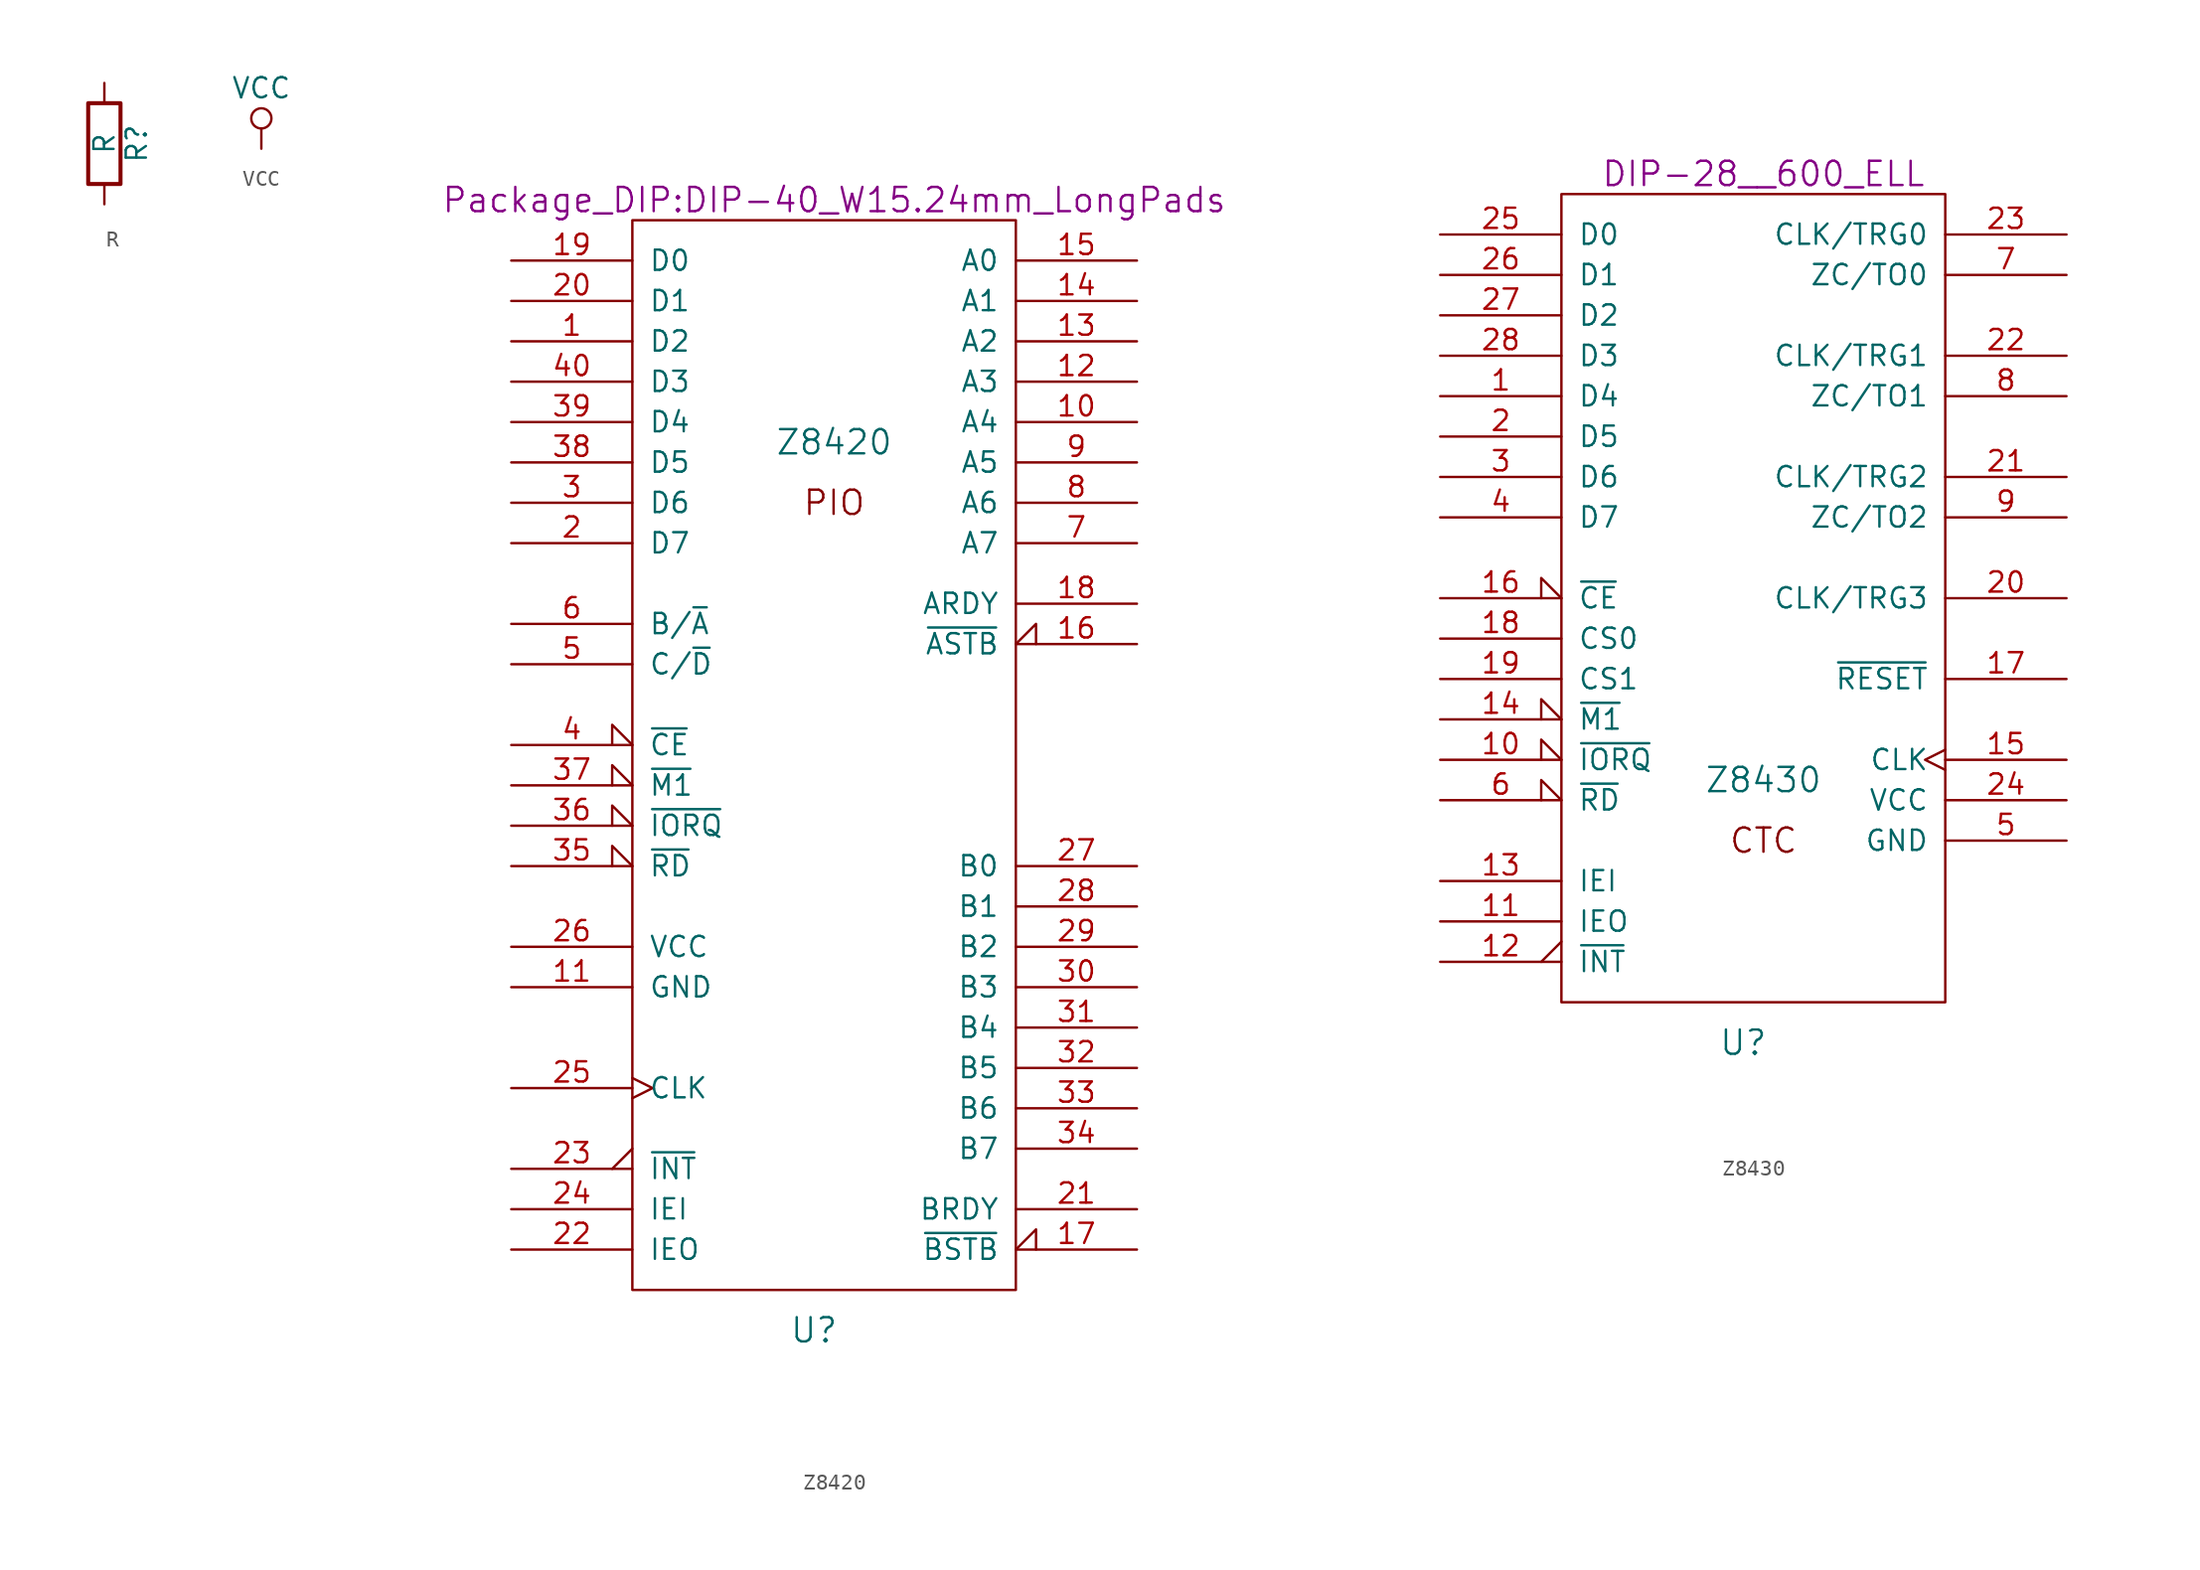
<source format=kicad_sym>
(kicad_symbol_lib
  (version 20241209)
  (generator "kicad_symbol_editor")
  (generator_version "9.0")
  (symbol "R"
    (pin_numbers
      (hide yes))
    (pin_names
      (offset 0))
    (property "Reference" "R"
      (at 2.032 0 90)
      (effects (font (size 1.27 1.27))))
    (property "Value" "R"
      (at 0 0 90)
      (effects (font (size 1.27 1.27))))
    (property "Footprint" ""
      (at -1.778 0 90)
      (effects (font (size 1.27 1.27))))
    (property "Datasheet" ""
      (at 0 0 0)
      (effects (font (size 1.27 1.27))))
    (symbol "R_0_1"
      (rectangle (start -1.016 -2.54) (end 1.016 2.54) (stroke (width 0.254) (type solid)) (fill (type none))))
    (symbol "R_1_1"
      (pin passive line (at 0 3.81 270) (length 1.27) (name "~" (effects (font (size 1.27 1.27)))) (number "1" (effects (font (size 1.27 1.27)))))
      (pin passive line (at 0 -3.81 90) (length 1.27) (name "~" (effects (font (size 1.27 1.27)))) (number "2" (effects (font (size 1.27 1.27)))))))
  (symbol "VCC"
    (power)
    (pin_names
      (offset 0))
    (property "Reference" "#PWR"
      (at 0 -3.81 0)
      (effects (font (size 1.27 1.27)) (hide yes)))
    (property "Value" "VCC"
      (at 0 3.81 0)
      (effects (font (size 1.27 1.27))))
    (property "Footprint" ""
      (at 0 0 0)
      (effects (font (size 1.27 1.27))))
    (property "Datasheet" ""
      (at 0 0 0)
      (effects (font (size 1.27 1.27))))
    (symbol "VCC_0_1"
      (circle (center 0 1.905) (radius 0.635) (stroke (width 0) (type solid)) (fill (type none)))
      (polyline (pts (xy 0 0) (xy 0 1.27)) (stroke (width 0) (type solid)) (fill (type none))))
    (symbol "VCC_1_1"
      (pin power_in line (at 0 0 90) (length 0) (hide yes) (name "VCC" (effects (font (size 1.27 1.27)))) (number "1" (effects (font (size 1.27 1.27)))))))
  (symbol "Z8420"
    (pin_names
      (offset 1.016))
    (property "Reference" "U"
      (at -1.27 -36.83 0)
      (effects (font (size 1.524 1.524))))
    (property "Value" "Z8420"
      (at 0 19.05 0)
      (effects (font (size 1.524 1.524))))
    (property "Footprint" "Package_DIP:DIP-40_W15.24mm_LongPads"
      (at 0 34.29 0)
      (effects (font (size 1.524 1.524))))
    (property "Datasheet" ""
      (at -16.51 15.24 0)
      (effects (font (size 1.524 1.524))))
    (symbol "Z8420_0_0"
      (rectangle (start -12.7 33.02) (end 11.43 -34.29) (stroke (width 0) (type solid)) (fill (type none)))
      (text "PIO" (at 0 15.24 0) (effects (font (size 1.524 1.524)))))
    (symbol "Z8420_1_1"
      (pin bidirectional line (at -20.32 30.48 0) (length 7.62) (name "D0" (effects (font (size 1.27 1.27)))) (number "19" (effects (font (size 1.27 1.27)))))
      (pin bidirectional line (at -20.32 27.94 0) (length 7.62) (name "D1" (effects (font (size 1.27 1.27)))) (number "20" (effects (font (size 1.27 1.27)))))
      (pin bidirectional line (at -20.32 25.4 0) (length 7.62) (name "D2" (effects (font (size 1.27 1.27)))) (number "1" (effects (font (size 1.27 1.27)))))
      (pin bidirectional line (at -20.32 22.86 0) (length 7.62) (name "D3" (effects (font (size 1.27 1.27)))) (number "40" (effects (font (size 1.27 1.27)))))
      (pin bidirectional line (at -20.32 20.32 0) (length 7.62) (name "D4" (effects (font (size 1.27 1.27)))) (number "39" (effects (font (size 1.27 1.27)))))
      (pin bidirectional line (at -20.32 17.78 0) (length 7.62) (name "D5" (effects (font (size 1.27 1.27)))) (number "38" (effects (font (size 1.27 1.27)))))
      (pin bidirectional line (at -20.32 15.24 0) (length 7.62) (name "D6" (effects (font (size 1.27 1.27)))) (number "3" (effects (font (size 1.27 1.27)))))
      (pin bidirectional line (at -20.32 12.7 0) (length 7.62) (name "D7" (effects (font (size 1.27 1.27)))) (number "2" (effects (font (size 1.27 1.27)))))
      (pin input line (at -20.32 7.62 0) (length 7.62) (name "B/~{A}" (effects (font (size 1.27 1.27)))) (number "6" (effects (font (size 1.27 1.27)))))
      (pin input line (at -20.32 5.08 0) (length 7.62) (name "C/~{D}" (effects (font (size 1.27 1.27)))) (number "5" (effects (font (size 1.27 1.27)))))
      (pin input input_low (at -20.32 0 0) (length 7.62) (name "~{CE}" (effects (font (size 1.27 1.27)))) (number "4" (effects (font (size 1.27 1.27)))))
      (pin input input_low (at -20.32 -2.54 0) (length 7.62) (name "~{M1}" (effects (font (size 1.27 1.27)))) (number "37" (effects (font (size 1.27 1.27)))))
      (pin input input_low (at -20.32 -5.08 0) (length 7.62) (name "~{IORQ}" (effects (font (size 1.27 1.27)))) (number "36" (effects (font (size 1.27 1.27)))))
      (pin input input_low (at -20.32 -7.62 0) (length 7.62) (name "~{RD}" (effects (font (size 1.27 1.27)))) (number "35" (effects (font (size 1.27 1.27)))))
      (pin power_in line (at -20.32 -12.7 0) (length 7.62) (name "VCC" (effects (font (size 1.27 1.27)))) (number "26" (effects (font (size 1.27 1.27)))))
      (pin power_in line (at -20.32 -15.24 0) (length 7.62) (name "GND" (effects (font (size 1.27 1.27)))) (number "11" (effects (font (size 1.27 1.27)))))
      (pin input clock (at -20.32 -21.59 0) (length 7.62) (name "CLK" (effects (font (size 1.27 1.27)))) (number "25" (effects (font (size 1.27 1.27)))))
      (pin open_collector output_low (at -20.32 -26.67 0) (length 7.62) (name "~{INT}" (effects (font (size 1.27 1.27)))) (number "23" (effects (font (size 1.27 1.27)))))
      (pin input line (at -20.32 -29.21 0) (length 7.62) (name "IEI" (effects (font (size 1.27 1.27)))) (number "24" (effects (font (size 1.27 1.27)))))
      (pin output line (at -20.32 -31.75 0) (length 7.62) (name "IEO" (effects (font (size 1.27 1.27)))) (number "22" (effects (font (size 1.27 1.27)))))
      (pin output line (at 19.05 30.48 180) (length 7.62) (name "A0" (effects (font (size 1.27 1.27)))) (number "15" (effects (font (size 1.27 1.27)))))
      (pin output line (at 19.05 27.94 180) (length 7.62) (name "A1" (effects (font (size 1.27 1.27)))) (number "14" (effects (font (size 1.27 1.27)))))
      (pin output line (at 19.05 25.4 180) (length 7.62) (name "A2" (effects (font (size 1.27 1.27)))) (number "13" (effects (font (size 1.27 1.27)))))
      (pin output line (at 19.05 22.86 180) (length 7.62) (name "A3" (effects (font (size 1.27 1.27)))) (number "12" (effects (font (size 1.27 1.27)))))
      (pin output line (at 19.05 20.32 180) (length 7.62) (name "A4" (effects (font (size 1.27 1.27)))) (number "10" (effects (font (size 1.27 1.27)))))
      (pin output line (at 19.05 17.78 180) (length 7.62) (name "A5" (effects (font (size 1.27 1.27)))) (number "9" (effects (font (size 1.27 1.27)))))
      (pin output line (at 19.05 15.24 180) (length 7.62) (name "A6" (effects (font (size 1.27 1.27)))) (number "8" (effects (font (size 1.27 1.27)))))
      (pin output line (at 19.05 12.7 180) (length 7.62) (name "A7" (effects (font (size 1.27 1.27)))) (number "7" (effects (font (size 1.27 1.27)))))
      (pin output line (at 19.05 8.89 180) (length 7.62) (name "ARDY" (effects (font (size 1.27 1.27)))) (number "18" (effects (font (size 1.27 1.27)))))
      (pin input input_low (at 19.05 6.35 180) (length 7.62) (name "~{ASTB}" (effects (font (size 1.27 1.27)))) (number "16" (effects (font (size 1.27 1.27)))))
      (pin bidirectional line (at 19.05 -7.62 180) (length 7.62) (name "B0" (effects (font (size 1.27 1.27)))) (number "27" (effects (font (size 1.27 1.27)))))
      (pin bidirectional line (at 19.05 -10.16 180) (length 7.62) (name "B1" (effects (font (size 1.27 1.27)))) (number "28" (effects (font (size 1.27 1.27)))))
      (pin bidirectional line (at 19.05 -12.7 180) (length 7.62) (name "B2" (effects (font (size 1.27 1.27)))) (number "29" (effects (font (size 1.27 1.27)))))
      (pin bidirectional line (at 19.05 -15.24 180) (length 7.62) (name "B3" (effects (font (size 1.27 1.27)))) (number "30" (effects (font (size 1.27 1.27)))))
      (pin bidirectional line (at 19.05 -17.78 180) (length 7.62) (name "B4" (effects (font (size 1.27 1.27)))) (number "31" (effects (font (size 1.27 1.27)))))
      (pin bidirectional line (at 19.05 -20.32 180) (length 7.62) (name "B5" (effects (font (size 1.27 1.27)))) (number "32" (effects (font (size 1.27 1.27)))))
      (pin bidirectional line (at 19.05 -22.86 180) (length 7.62) (name "B6" (effects (font (size 1.27 1.27)))) (number "33" (effects (font (size 1.27 1.27)))))
      (pin bidirectional line (at 19.05 -25.4 180) (length 7.62) (name "B7" (effects (font (size 1.27 1.27)))) (number "34" (effects (font (size 1.27 1.27)))))
      (pin output line (at 19.05 -29.21 180) (length 7.62) (name "BRDY" (effects (font (size 1.27 1.27)))) (number "21" (effects (font (size 1.27 1.27)))))
      (pin input input_low (at 19.05 -31.75 180) (length 7.62) (name "~{BSTB}" (effects (font (size 1.27 1.27)))) (number "17" (effects (font (size 1.27 1.27)))))))
  (symbol "Z8430"
    (pin_names
      (offset 1.016))
    (property "Reference" "U"
      (at -1.27 -20.32 0)
      (effects (font (size 1.524 1.524))))
    (property "Value" "Z8430"
      (at 0 -3.81 0)
      (effects (font (size 1.524 1.524))))
    (property "Footprint" "DIP-28__600_ELL"
      (at 0 34.29 0)
      (effects (font (size 1.524 1.524))))
    (property "Datasheet" ""
      (at -16.51 15.24 0)
      (effects (font (size 1.524 1.524))))
    (symbol "Z8430_0_0"
      (rectangle (start -12.7 33.02) (end 11.43 -17.78) (stroke (width 0) (type solid)) (fill (type none)))
      (text "CTC" (at 0 -7.62 0) (effects (font (size 1.524 1.524)))))
    (symbol "Z8430_1_1"
      (pin bidirectional line (at -20.32 30.48 0) (length 7.62) (name "D0" (effects (font (size 1.27 1.27)))) (number "25" (effects (font (size 1.27 1.27)))))
      (pin bidirectional line (at -20.32 27.94 0) (length 7.62) (name "D1" (effects (font (size 1.27 1.27)))) (number "26" (effects (font (size 1.27 1.27)))))
      (pin bidirectional line (at -20.32 25.4 0) (length 7.62) (name "D2" (effects (font (size 1.27 1.27)))) (number "27" (effects (font (size 1.27 1.27)))))
      (pin bidirectional line (at -20.32 22.86 0) (length 7.62) (name "D3" (effects (font (size 1.27 1.27)))) (number "28" (effects (font (size 1.27 1.27)))))
      (pin bidirectional line (at -20.32 20.32 0) (length 7.62) (name "D4" (effects (font (size 1.27 1.27)))) (number "1" (effects (font (size 1.27 1.27)))))
      (pin bidirectional line (at -20.32 17.78 0) (length 7.62) (name "D5" (effects (font (size 1.27 1.27)))) (number "2" (effects (font (size 1.27 1.27)))))
      (pin bidirectional line (at -20.32 15.24 0) (length 7.62) (name "D6" (effects (font (size 1.27 1.27)))) (number "3" (effects (font (size 1.27 1.27)))))
      (pin bidirectional line (at -20.32 12.7 0) (length 7.62) (name "D7" (effects (font (size 1.27 1.27)))) (number "4" (effects (font (size 1.27 1.27)))))
      (pin input input_low (at -20.32 7.62 0) (length 7.62) (name "~{CE}" (effects (font (size 1.27 1.27)))) (number "16" (effects (font (size 1.27 1.27)))))
      (pin input line (at -20.32 5.08 0) (length 7.62) (name "CS0" (effects (font (size 1.27 1.27)))) (number "18" (effects (font (size 1.27 1.27)))))
      (pin input line (at -20.32 2.54 0) (length 7.62) (name "CS1" (effects (font (size 1.27 1.27)))) (number "19" (effects (font (size 1.27 1.27)))))
      (pin input input_low (at -20.32 0 0) (length 7.62) (name "~{M1}" (effects (font (size 1.27 1.27)))) (number "14" (effects (font (size 1.27 1.27)))))
      (pin input input_low (at -20.32 -2.54 0) (length 7.62) (name "~{IORQ}" (effects (font (size 1.27 1.27)))) (number "10" (effects (font (size 1.27 1.27)))))
      (pin input input_low (at -20.32 -5.08 0) (length 7.62) (name "~{RD}" (effects (font (size 1.27 1.27)))) (number "6" (effects (font (size 1.27 1.27)))))
      (pin input line (at -20.32 -10.16 0) (length 7.62) (name "IEI" (effects (font (size 1.27 1.27)))) (number "13" (effects (font (size 1.27 1.27)))))
      (pin output line (at -20.32 -12.7 0) (length 7.62) (name "IEO" (effects (font (size 1.27 1.27)))) (number "11" (effects (font (size 1.27 1.27)))))
      (pin open_collector output_low (at -20.32 -15.24 0) (length 7.62) (name "~{INT}" (effects (font (size 1.27 1.27)))) (number "12" (effects (font (size 1.27 1.27)))))
      (pin input line (at 19.05 30.48 180) (length 7.62) (name "CLK/TRG0" (effects (font (size 1.27 1.27)))) (number "23" (effects (font (size 1.27 1.27)))))
      (pin output line (at 19.05 27.94 180) (length 7.62) (name "ZC/TO0" (effects (font (size 1.27 1.27)))) (number "7" (effects (font (size 1.27 1.27)))))
      (pin input line (at 19.05 22.86 180) (length 7.62) (name "CLK/TRG1" (effects (font (size 1.27 1.27)))) (number "22" (effects (font (size 1.27 1.27)))))
      (pin output line (at 19.05 20.32 180) (length 7.62) (name "ZC/TO1" (effects (font (size 1.27 1.27)))) (number "8" (effects (font (size 1.27 1.27)))))
      (pin input line (at 19.05 15.24 180) (length 7.62) (name "CLK/TRG2" (effects (font (size 1.27 1.27)))) (number "21" (effects (font (size 1.27 1.27)))))
      (pin output line (at 19.05 12.7 180) (length 7.62) (name "ZC/TO2" (effects (font (size 1.27 1.27)))) (number "9" (effects (font (size 1.27 1.27)))))
      (pin input line (at 19.05 7.62 180) (length 7.62) (name "CLK/TRG3" (effects (font (size 1.27 1.27)))) (number "20" (effects (font (size 1.27 1.27)))))
      (pin input line (at 19.05 2.54 180) (length 7.62) (name "~{RESET}" (effects (font (size 1.27 1.27)))) (number "17" (effects (font (size 1.27 1.27)))))
      (pin input clock (at 19.05 -2.54 180) (length 7.62) (name "CLK" (effects (font (size 1.27 1.27)))) (number "15" (effects (font (size 1.27 1.27)))))
      (pin power_in line (at 19.05 -5.08 180) (length 7.62) (name "VCC" (effects (font (size 1.27 1.27)))) (number "24" (effects (font (size 1.27 1.27)))))
      (pin power_in line (at 19.05 -7.62 180) (length 7.62) (name "GND" (effects (font (size 1.27 1.27)))) (number "5" (effects (font (size 1.27 1.27))))))))
</source>
